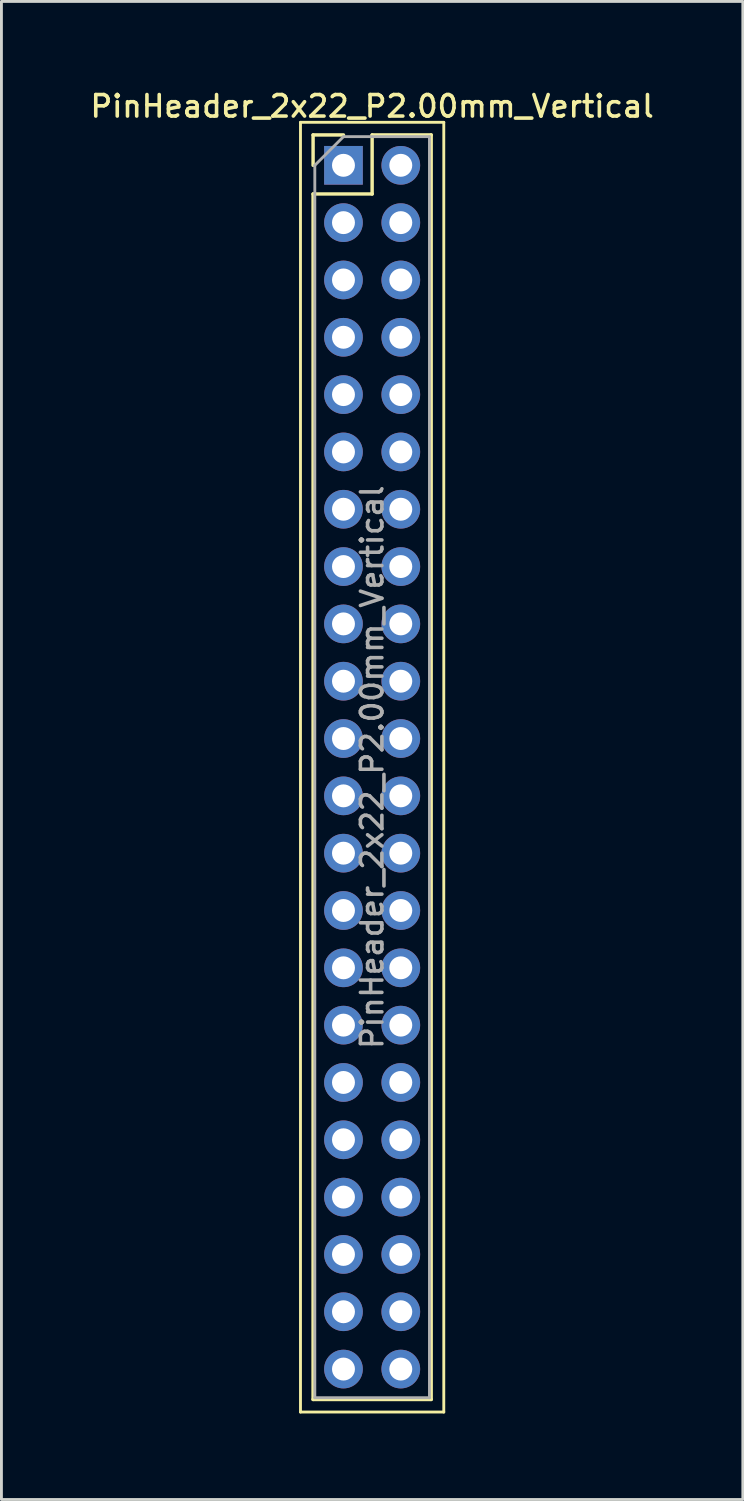
<source format=kicad_pcb>
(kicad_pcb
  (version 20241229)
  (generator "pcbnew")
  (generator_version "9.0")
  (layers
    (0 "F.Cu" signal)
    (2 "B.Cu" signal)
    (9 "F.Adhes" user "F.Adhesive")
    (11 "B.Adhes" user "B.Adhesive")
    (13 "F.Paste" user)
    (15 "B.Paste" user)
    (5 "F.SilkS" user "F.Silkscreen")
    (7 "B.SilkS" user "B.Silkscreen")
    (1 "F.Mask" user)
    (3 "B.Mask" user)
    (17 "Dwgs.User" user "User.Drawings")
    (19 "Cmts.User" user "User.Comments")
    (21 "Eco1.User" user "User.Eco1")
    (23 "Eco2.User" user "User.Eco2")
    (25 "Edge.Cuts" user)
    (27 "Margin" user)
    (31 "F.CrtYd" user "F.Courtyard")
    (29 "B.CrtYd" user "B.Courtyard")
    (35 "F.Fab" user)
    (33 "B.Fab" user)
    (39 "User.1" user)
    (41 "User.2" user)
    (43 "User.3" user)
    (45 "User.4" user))
  (footprint "PinHeader_2x22_P2.00mm_Vertical"
    (layer "F.Cu")
    (at 8.934 2.718)
    (property "Reference" "PinHeader_2x22_P2.00mm_Vertical" (at 1 -2.06 0) (layer "F.SilkS") (effects (font (size 0.75 0.75) (thickness 0.125))))
    (attr through_hole)
    (fp_line (start -1.5 -1.5) (end -1.5 43.5) (stroke (width 0.1) (type solid)) (layer "F.SilkS"))
    (fp_line (start -1.5 43.5) (end 3.5 43.5) (stroke (width 0.1) (type solid)) (layer "F.SilkS"))
    (fp_line (start -1.06 -1.06) (end 0 -1.06) (stroke (width 0.12) (type solid)) (layer "F.SilkS"))
    (fp_line (start -1.06 0) (end -1.06 -1.06) (stroke (width 0.12) (type solid)) (layer "F.SilkS"))
    (fp_line (start -1.06 1) (end -1.06 43.06) (stroke (width 0.12) (type solid)) (layer "F.SilkS"))
    (fp_line (start -1.06 1) (end 1 1) (stroke (width 0.12) (type solid)) (layer "F.SilkS"))
    (fp_line (start -1.06 43.06) (end 3.06 43.06) (stroke (width 0.12) (type solid)) (layer "F.SilkS"))
    (fp_line (start 1 -1.06) (end 3.06 -1.06) (stroke (width 0.12) (type solid)) (layer "F.SilkS"))
    (fp_line (start 1 1) (end 1 -1.06) (stroke (width 0.12) (type solid)) (layer "F.SilkS"))
    (fp_line (start 3.06 -1.06) (end 3.06 43.06) (stroke (width 0.12) (type solid)) (layer "F.SilkS"))
    (fp_line (start 3.5 -1.5) (end -1.5 -1.5) (stroke (width 0.1) (type solid)) (layer "F.SilkS"))
    (fp_line (start 3.5 43.5) (end 3.5 -1.5) (stroke (width 0.1) (type solid)) (layer "F.SilkS"))
    (fp_line (start -1 0) (end 0 -1) (stroke (width 0.1) (type solid)) (layer "F.Fab"))
    (fp_line (start -1 43) (end -1 0) (stroke (width 0.1) (type solid)) (layer "F.Fab"))
    (fp_line (start 0 -1) (end 3 -1) (stroke (width 0.1) (type solid)) (layer "F.Fab"))
    (fp_line (start 3 -1) (end 3 43) (stroke (width 0.1) (type solid)) (layer "F.Fab"))
    (fp_line (start 3 43) (end -1 43) (stroke (width 0.1) (type solid)) (layer "F.Fab"))
    (fp_text user "${REFERENCE}" (at 1 21 90) (layer "F.Fab") (effects (font (size 0.75 0.75) (thickness 0.125))))
    (pad "1" thru_hole rect (at 0 0) (size 1.35 1.35) (drill 0.8) (layers "*.Cu" "*.Mask"))
    (pad "2" thru_hole oval (at 2 0) (size 1.35 1.35) (drill 0.8) (layers "*.Cu" "*.Mask"))
    (pad "3" thru_hole oval (at 0 2) (size 1.35 1.35) (drill 0.8) (layers "*.Cu" "*.Mask"))
    (pad "4" thru_hole oval (at 2 2) (size 1.35 1.35) (drill 0.8) (layers "*.Cu" "*.Mask"))
    (pad "5" thru_hole oval (at 0 4) (size 1.35 1.35) (drill 0.8) (layers "*.Cu" "*.Mask"))
    (pad "6" thru_hole oval (at 2 4) (size 1.35 1.35) (drill 0.8) (layers "*.Cu" "*.Mask"))
    (pad "7" thru_hole oval (at 0 6) (size 1.35 1.35) (drill 0.8) (layers "*.Cu" "*.Mask"))
    (pad "8" thru_hole oval (at 2 6) (size 1.35 1.35) (drill 0.8) (layers "*.Cu" "*.Mask"))
    (pad "9" thru_hole oval (at 0 8) (size 1.35 1.35) (drill 0.8) (layers "*.Cu" "*.Mask"))
    (pad "10" thru_hole oval (at 2 8) (size 1.35 1.35) (drill 0.8) (layers "*.Cu" "*.Mask"))
    (pad "11" thru_hole oval (at 0 10) (size 1.35 1.35) (drill 0.8) (layers "*.Cu" "*.Mask"))
    (pad "12" thru_hole oval (at 2 10) (size 1.35 1.35) (drill 0.8) (layers "*.Cu" "*.Mask"))
    (pad "13" thru_hole oval (at 0 12) (size 1.35 1.35) (drill 0.8) (layers "*.Cu" "*.Mask"))
    (pad "14" thru_hole oval (at 2 12) (size 1.35 1.35) (drill 0.8) (layers "*.Cu" "*.Mask"))
    (pad "15" thru_hole oval (at 0 14) (size 1.35 1.35) (drill 0.8) (layers "*.Cu" "*.Mask"))
    (pad "16" thru_hole oval (at 2 14) (size 1.35 1.35) (drill 0.8) (layers "*.Cu" "*.Mask"))
    (pad "17" thru_hole oval (at 0 16) (size 1.35 1.35) (drill 0.8) (layers "*.Cu" "*.Mask"))
    (pad "18" thru_hole oval (at 2 16) (size 1.35 1.35) (drill 0.8) (layers "*.Cu" "*.Mask"))
    (pad "19" thru_hole oval (at 0 18) (size 1.35 1.35) (drill 0.8) (layers "*.Cu" "*.Mask"))
    (pad "20" thru_hole oval (at 2 18) (size 1.35 1.35) (drill 0.8) (layers "*.Cu" "*.Mask"))
    (pad "21" thru_hole oval (at 0 20) (size 1.35 1.35) (drill 0.8) (layers "*.Cu" "*.Mask"))
    (pad "22" thru_hole oval (at 2 20) (size 1.35 1.35) (drill 0.8) (layers "*.Cu" "*.Mask"))
    (pad "23" thru_hole oval (at 0 22) (size 1.35 1.35) (drill 0.8) (layers "*.Cu" "*.Mask"))
    (pad "24" thru_hole oval (at 2 22) (size 1.35 1.35) (drill 0.8) (layers "*.Cu" "*.Mask"))
    (pad "25" thru_hole oval (at 0 24) (size 1.35 1.35) (drill 0.8) (layers "*.Cu" "*.Mask"))
    (pad "26" thru_hole oval (at 2 24) (size 1.35 1.35) (drill 0.8) (layers "*.Cu" "*.Mask"))
    (pad "27" thru_hole oval (at 0 26) (size 1.35 1.35) (drill 0.8) (layers "*.Cu" "*.Mask"))
    (pad "28" thru_hole oval (at 2 26) (size 1.35 1.35) (drill 0.8) (layers "*.Cu" "*.Mask"))
    (pad "29" thru_hole oval (at 0 28) (size 1.35 1.35) (drill 0.8) (layers "*.Cu" "*.Mask"))
    (pad "30" thru_hole oval (at 2 28) (size 1.35 1.35) (drill 0.8) (layers "*.Cu" "*.Mask"))
    (pad "31" thru_hole oval (at 0 30) (size 1.35 1.35) (drill 0.8) (layers "*.Cu" "*.Mask"))
    (pad "32" thru_hole oval (at 2 30) (size 1.35 1.35) (drill 0.8) (layers "*.Cu" "*.Mask"))
    (pad "33" thru_hole oval (at 0 32) (size 1.35 1.35) (drill 0.8) (layers "*.Cu" "*.Mask"))
    (pad "34" thru_hole oval (at 2 32) (size 1.35 1.35) (drill 0.8) (layers "*.Cu" "*.Mask"))
    (pad "35" thru_hole oval (at 0 34) (size 1.35 1.35) (drill 0.8) (layers "*.Cu" "*.Mask"))
    (pad "36" thru_hole oval (at 2 34) (size 1.35 1.35) (drill 0.8) (layers "*.Cu" "*.Mask"))
    (pad "37" thru_hole oval (at 0 36) (size 1.35 1.35) (drill 0.8) (layers "*.Cu" "*.Mask"))
    (pad "38" thru_hole oval (at 2 36) (size 1.35 1.35) (drill 0.8) (layers "*.Cu" "*.Mask"))
    (pad "39" thru_hole oval (at 0 38) (size 1.35 1.35) (drill 0.8) (layers "*.Cu" "*.Mask"))
    (pad "40" thru_hole oval (at 2 38) (size 1.35 1.35) (drill 0.8) (layers "*.Cu" "*.Mask"))
    (pad "41" thru_hole oval (at 0 40) (size 1.35 1.35) (drill 0.8) (layers "*.Cu" "*.Mask"))
    (pad "42" thru_hole oval (at 2 40) (size 1.35 1.35) (drill 0.8) (layers "*.Cu" "*.Mask"))
    (pad "43" thru_hole oval (at 0 42) (size 1.35 1.35) (drill 0.8) (layers "*.Cu" "*.Mask"))
    (pad "44" thru_hole oval (at 2 42) (size 1.35 1.35) (drill 0.8) (layers "*.Cu" "*.Mask")))
  (gr_rect
    (start -3 -3)
    (end 22.868 49.268)
    (stroke (width 0.1) (type default))
    (fill no)
    (layer "Edge.Cuts")))
</source>
